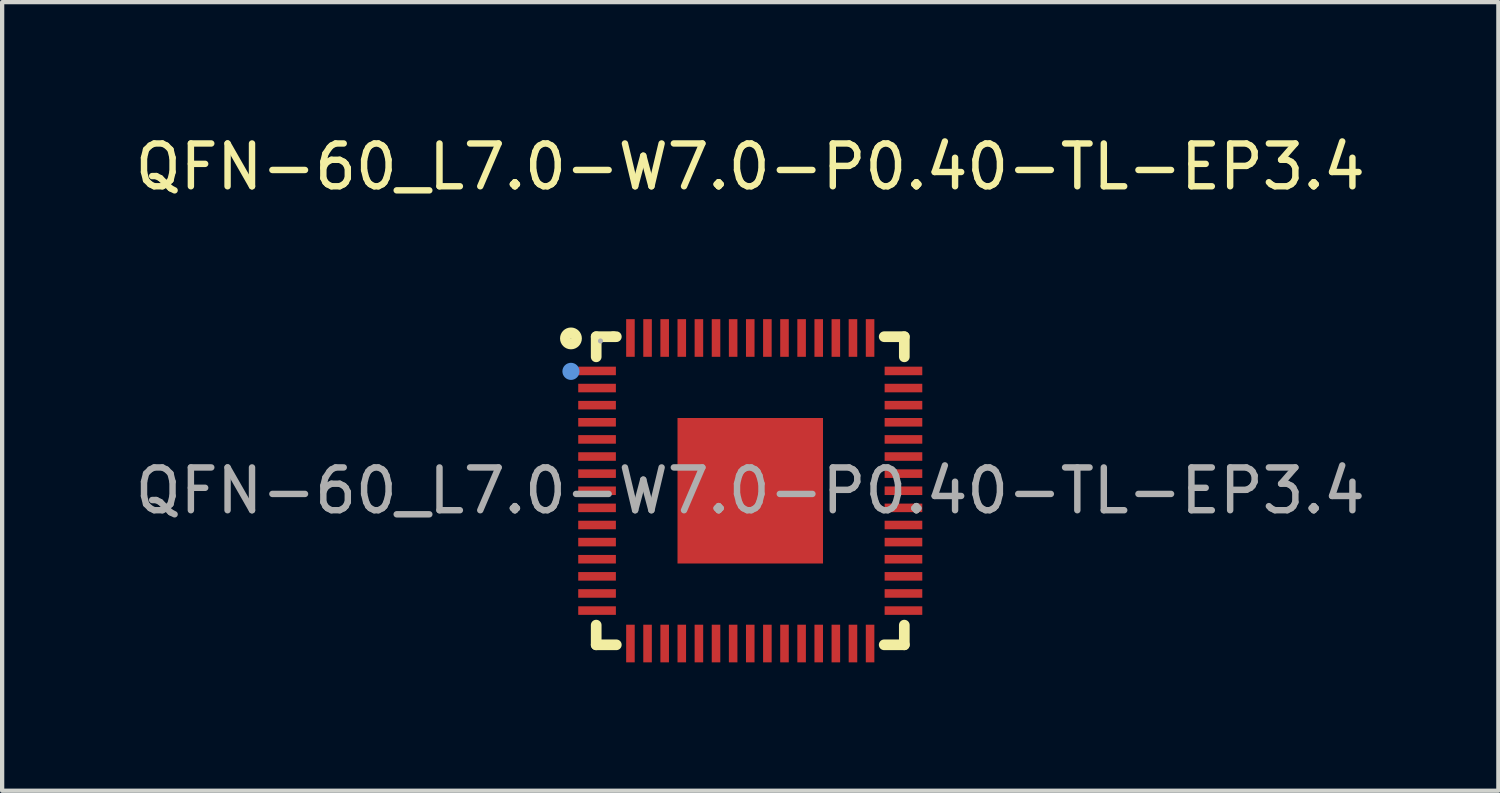
<source format=kicad_pcb>
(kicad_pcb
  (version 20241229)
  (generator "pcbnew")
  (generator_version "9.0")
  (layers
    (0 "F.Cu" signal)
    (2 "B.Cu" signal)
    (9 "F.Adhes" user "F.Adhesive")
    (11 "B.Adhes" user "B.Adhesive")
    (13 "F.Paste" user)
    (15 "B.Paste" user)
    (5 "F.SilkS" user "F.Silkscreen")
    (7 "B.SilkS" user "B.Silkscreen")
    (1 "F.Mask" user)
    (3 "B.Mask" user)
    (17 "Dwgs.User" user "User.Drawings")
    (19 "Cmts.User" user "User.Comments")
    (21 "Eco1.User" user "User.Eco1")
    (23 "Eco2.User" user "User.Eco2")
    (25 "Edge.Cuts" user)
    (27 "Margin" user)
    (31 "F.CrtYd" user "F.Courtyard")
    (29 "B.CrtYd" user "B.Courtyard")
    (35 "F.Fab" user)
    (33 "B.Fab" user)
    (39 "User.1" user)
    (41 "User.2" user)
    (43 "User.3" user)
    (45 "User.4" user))
  (footprint "QFN-60_L7.0-W7.0-P0.40-TL-EP3.4"
    (layer "F.Cu")
    (at 14.482 8.418)
    (property "Reference" "QFN-60_L7.0-W7.0-P0.40-TL-EP3.4" (at 0 -7.57 0) (layer "F.SilkS") (effects (font (size 1 1) (thickness 0.15))))
    (attr smd)
    (fp_line (start -3.6 -3.6) (end -3.6 -3.13) (stroke (width 0.25) (type solid)) (layer "F.SilkS"))
    (fp_line (start -3.6 3.14) (end -3.6 3.6) (stroke (width 0.25) (type solid)) (layer "F.SilkS"))
    (fp_line (start -3.6 3.6) (end -3.13 3.6) (stroke (width 0.25) (type solid)) (layer "F.SilkS"))
    (fp_line (start -3.2 -3.6) (end -3.6 -3.6) (stroke (width 0.25) (type solid)) (layer "F.SilkS"))
    (fp_line (start -3.13 -3.6) (end -3.2 -3.6) (stroke (width 0.25) (type solid)) (layer "F.SilkS"))
    (fp_line (start 3.13 3.6) (end 3.6 3.6) (stroke (width 0.25) (type solid)) (layer "F.SilkS"))
    (fp_line (start 3.6 -3.6) (end 3.13 -3.6) (stroke (width 0.25) (type solid)) (layer "F.SilkS"))
    (fp_line (start 3.6 -3.13) (end 3.6 -3.6) (stroke (width 0.25) (type solid)) (layer "F.SilkS"))
    (fp_line (start 3.6 3.6) (end 3.6 3.14) (stroke (width 0.25) (type solid)) (layer "F.SilkS"))
    (fp_circle (center -4.19 -3.56) (end -4.06 -3.56) (stroke (width 0.25) (type solid)) (fill no) (layer "F.SilkS"))
    (fp_circle (center -4.19 -2.79) (end -4.09 -2.79) (stroke (width 0.2) (type solid)) (fill no) (layer "Cmts.User"))
    (fp_circle (center -3.5 -3.5) (end -3.47 -3.5) (stroke (width 0.06) (type solid)) (fill no) (layer "F.Fab"))
    (fp_text user "${REFERENCE}" (at 0 0 0) (layer "F.Fab") (effects (font (size 1 1) (thickness 0.15))))
    (pad "1" smd rect (at -3.58 -2.8) (size 0.88 0.2) (layers "F.Cu" "F.Mask" "F.Paste"))
    (pad "2" smd rect (at -3.58 -2.4) (size 0.88 0.2) (layers "F.Cu" "F.Mask" "F.Paste"))
    (pad "3" smd rect (at -3.58 -2) (size 0.88 0.2) (layers "F.Cu" "F.Mask" "F.Paste"))
    (pad "4" smd rect (at -3.58 -1.6) (size 0.88 0.2) (layers "F.Cu" "F.Mask" "F.Paste"))
    (pad "5" smd rect (at -3.58 -1.2) (size 0.88 0.2) (layers "F.Cu" "F.Mask" "F.Paste"))
    (pad "6" smd rect (at -3.58 -0.8) (size 0.88 0.2) (layers "F.Cu" "F.Mask" "F.Paste"))
    (pad "7" smd rect (at -3.58 -0.4) (size 0.88 0.2) (layers "F.Cu" "F.Mask" "F.Paste"))
    (pad "8" smd rect (at -3.58 0) (size 0.88 0.2) (layers "F.Cu" "F.Mask" "F.Paste"))
    (pad "9" smd rect (at -3.58 0.4) (size 0.88 0.2) (layers "F.Cu" "F.Mask" "F.Paste"))
    (pad "10" smd rect (at -3.58 0.8) (size 0.88 0.2) (layers "F.Cu" "F.Mask" "F.Paste"))
    (pad "11" smd rect (at -3.58 1.2) (size 0.88 0.2) (layers "F.Cu" "F.Mask" "F.Paste"))
    (pad "12" smd rect (at -3.58 1.6) (size 0.88 0.2) (layers "F.Cu" "F.Mask" "F.Paste"))
    (pad "13" smd rect (at -3.58 2) (size 0.88 0.2) (layers "F.Cu" "F.Mask" "F.Paste"))
    (pad "14" smd rect (at -3.58 2.4) (size 0.88 0.2) (layers "F.Cu" "F.Mask" "F.Paste"))
    (pad "15" smd rect (at -3.58 2.8) (size 0.88 0.2) (layers "F.Cu" "F.Mask" "F.Paste"))
    (pad "16" smd rect (at -2.8 3.57) (size 0.2 0.88) (layers "F.Cu" "F.Mask" "F.Paste"))
    (pad "17" smd rect (at -2.4 3.57) (size 0.2 0.88) (layers "F.Cu" "F.Mask" "F.Paste"))
    (pad "18" smd rect (at -2 3.57) (size 0.2 0.88) (layers "F.Cu" "F.Mask" "F.Paste"))
    (pad "19" smd rect (at -1.6 3.57) (size 0.2 0.88) (layers "F.Cu" "F.Mask" "F.Paste"))
    (pad "20" smd rect (at -1.2 3.57) (size 0.2 0.88) (layers "F.Cu" "F.Mask" "F.Paste"))
    (pad "21" smd rect (at -0.8 3.57) (size 0.2 0.88) (layers "F.Cu" "F.Mask" "F.Paste"))
    (pad "22" smd rect (at -0.4 3.57) (size 0.2 0.88) (layers "F.Cu" "F.Mask" "F.Paste"))
    (pad "23" smd rect (at 0 3.57) (size 0.2 0.88) (layers "F.Cu" "F.Mask" "F.Paste"))
    (pad "24" smd rect (at 0.4 3.57) (size 0.2 0.88) (layers "F.Cu" "F.Mask" "F.Paste"))
    (pad "25" smd rect (at 0.8 3.57) (size 0.2 0.88) (layers "F.Cu" "F.Mask" "F.Paste"))
    (pad "26" smd rect (at 1.2 3.57) (size 0.2 0.88) (layers "F.Cu" "F.Mask" "F.Paste"))
    (pad "27" smd rect (at 1.6 3.57) (size 0.2 0.88) (layers "F.Cu" "F.Mask" "F.Paste"))
    (pad "28" smd rect (at 2 3.57) (size 0.2 0.88) (layers "F.Cu" "F.Mask" "F.Paste"))
    (pad "29" smd rect (at 2.4 3.57) (size 0.2 0.88) (layers "F.Cu" "F.Mask" "F.Paste"))
    (pad "30" smd rect (at 2.8 3.57) (size 0.2 0.88) (layers "F.Cu" "F.Mask" "F.Paste"))
    (pad "31" smd rect (at 3.58 2.8) (size 0.88 0.2) (layers "F.Cu" "F.Mask" "F.Paste"))
    (pad "32" smd rect (at 3.58 2.4) (size 0.88 0.2) (layers "F.Cu" "F.Mask" "F.Paste"))
    (pad "33" smd rect (at 3.58 2) (size 0.88 0.2) (layers "F.Cu" "F.Mask" "F.Paste"))
    (pad "34" smd rect (at 3.58 1.6) (size 0.88 0.2) (layers "F.Cu" "F.Mask" "F.Paste"))
    (pad "35" smd rect (at 3.58 1.2) (size 0.88 0.2) (layers "F.Cu" "F.Mask" "F.Paste"))
    (pad "36" smd rect (at 3.58 0.8) (size 0.88 0.2) (layers "F.Cu" "F.Mask" "F.Paste"))
    (pad "37" smd rect (at 3.58 0.4) (size 0.88 0.2) (layers "F.Cu" "F.Mask" "F.Paste"))
    (pad "38" smd rect (at 3.58 0) (size 0.88 0.2) (layers "F.Cu" "F.Mask" "F.Paste"))
    (pad "39" smd rect (at 3.58 -0.4) (size 0.88 0.2) (layers "F.Cu" "F.Mask" "F.Paste"))
    (pad "40" smd rect (at 3.58 -0.8) (size 0.88 0.2) (layers "F.Cu" "F.Mask" "F.Paste"))
    (pad "41" smd rect (at 3.58 -1.2) (size 0.88 0.2) (layers "F.Cu" "F.Mask" "F.Paste"))
    (pad "42" smd rect (at 3.58 -1.6) (size 0.88 0.2) (layers "F.Cu" "F.Mask" "F.Paste"))
    (pad "43" smd rect (at 3.58 -2) (size 0.88 0.2) (layers "F.Cu" "F.Mask" "F.Paste"))
    (pad "44" smd rect (at 3.58 -2.4) (size 0.88 0.2) (layers "F.Cu" "F.Mask" "F.Paste"))
    (pad "45" smd rect (at 3.58 -2.8) (size 0.88 0.2) (layers "F.Cu" "F.Mask" "F.Paste"))
    (pad "46" smd rect (at 2.8 -3.57) (size 0.2 0.88) (layers "F.Cu" "F.Mask" "F.Paste"))
    (pad "47" smd rect (at 2.4 -3.57) (size 0.2 0.88) (layers "F.Cu" "F.Mask" "F.Paste"))
    (pad "48" smd rect (at 2 -3.57) (size 0.2 0.88) (layers "F.Cu" "F.Mask" "F.Paste"))
    (pad "49" smd rect (at 1.6 -3.57) (size 0.2 0.88) (layers "F.Cu" "F.Mask" "F.Paste"))
    (pad "50" smd rect (at 1.2 -3.57) (size 0.2 0.88) (layers "F.Cu" "F.Mask" "F.Paste"))
    (pad "51" smd rect (at 0.8 -3.57) (size 0.2 0.88) (layers "F.Cu" "F.Mask" "F.Paste"))
    (pad "52" smd rect (at 0.4 -3.57) (size 0.2 0.88) (layers "F.Cu" "F.Mask" "F.Paste"))
    (pad "53" smd rect (at 0 -3.57) (size 0.2 0.88) (layers "F.Cu" "F.Mask" "F.Paste"))
    (pad "54" smd rect (at -0.4 -3.57) (size 0.2 0.88) (layers "F.Cu" "F.Mask" "F.Paste"))
    (pad "55" smd rect (at -0.8 -3.57) (size 0.2 0.88) (layers "F.Cu" "F.Mask" "F.Paste"))
    (pad "56" smd rect (at -1.2 -3.57) (size 0.2 0.88) (layers "F.Cu" "F.Mask" "F.Paste"))
    (pad "57" smd rect (at -1.6 -3.57) (size 0.2 0.88) (layers "F.Cu" "F.Mask" "F.Paste"))
    (pad "58" smd rect (at -2 -3.57) (size 0.2 0.88) (layers "F.Cu" "F.Mask" "F.Paste"))
    (pad "59" smd rect (at -2.4 -3.57) (size 0.2 0.88) (layers "F.Cu" "F.Mask" "F.Paste"))
    (pad "60" smd rect (at -2.8 -3.57) (size 0.2 0.88) (layers "F.Cu" "F.Mask" "F.Paste"))
    (pad "61" smd rect (at 0 0) (size 3.4 3.4) (layers "F.Cu" "F.Mask" "F.Paste")))
  (gr_rect
    (start -3 -3)
    (end 31.964 15.428)
    (stroke (width 0.1) (type default))
    (fill no)
    (layer "Edge.Cuts")))
</source>
